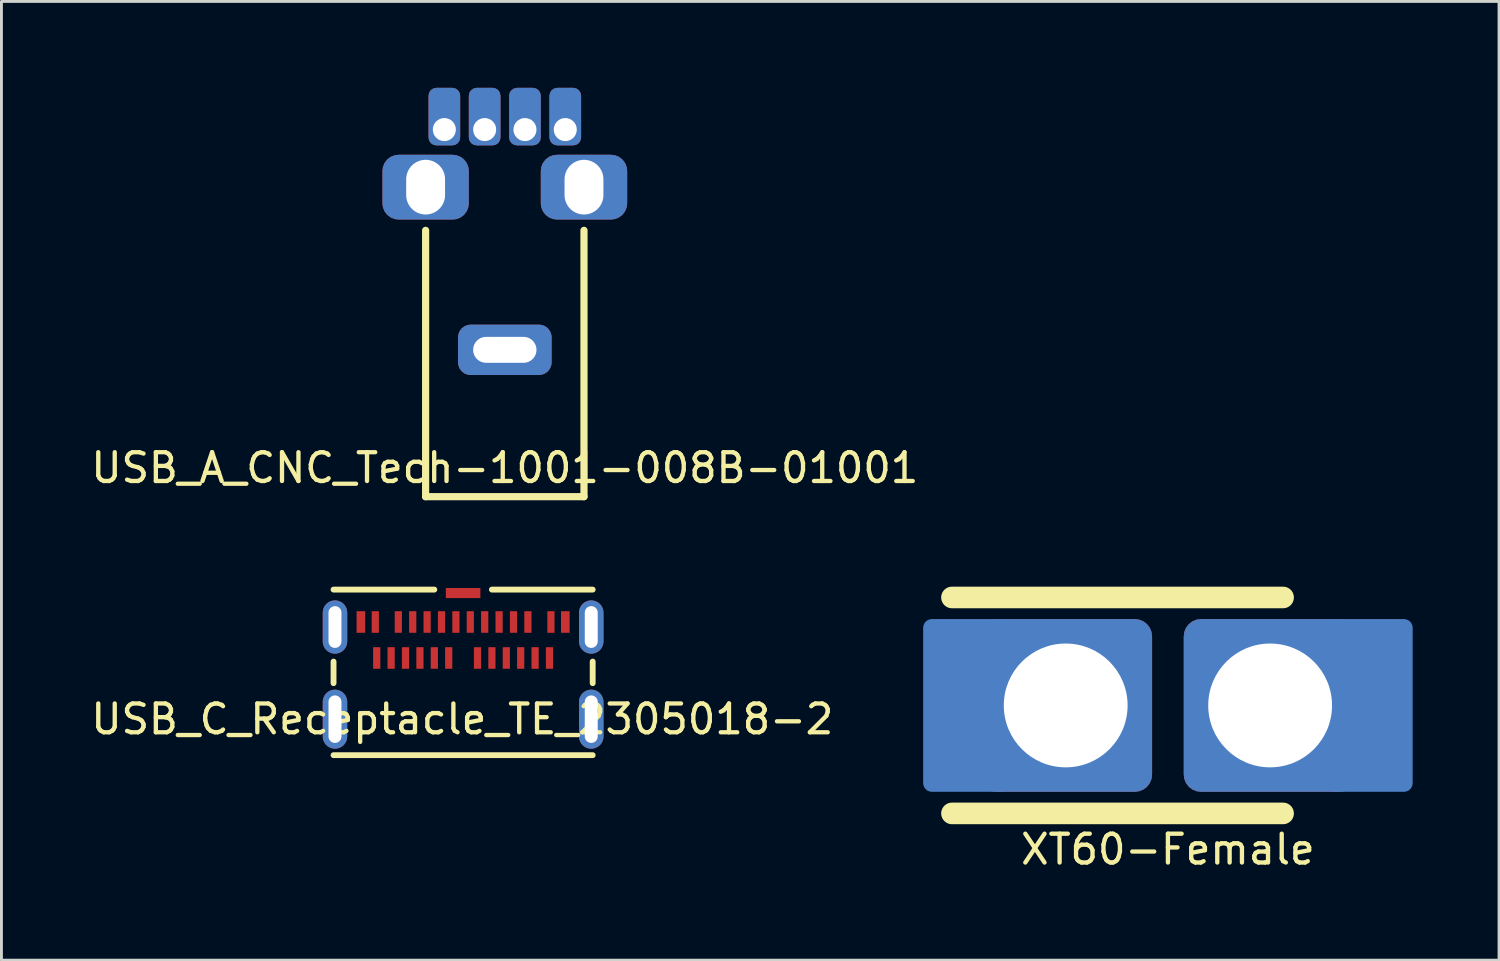
<source format=kicad_pcb>
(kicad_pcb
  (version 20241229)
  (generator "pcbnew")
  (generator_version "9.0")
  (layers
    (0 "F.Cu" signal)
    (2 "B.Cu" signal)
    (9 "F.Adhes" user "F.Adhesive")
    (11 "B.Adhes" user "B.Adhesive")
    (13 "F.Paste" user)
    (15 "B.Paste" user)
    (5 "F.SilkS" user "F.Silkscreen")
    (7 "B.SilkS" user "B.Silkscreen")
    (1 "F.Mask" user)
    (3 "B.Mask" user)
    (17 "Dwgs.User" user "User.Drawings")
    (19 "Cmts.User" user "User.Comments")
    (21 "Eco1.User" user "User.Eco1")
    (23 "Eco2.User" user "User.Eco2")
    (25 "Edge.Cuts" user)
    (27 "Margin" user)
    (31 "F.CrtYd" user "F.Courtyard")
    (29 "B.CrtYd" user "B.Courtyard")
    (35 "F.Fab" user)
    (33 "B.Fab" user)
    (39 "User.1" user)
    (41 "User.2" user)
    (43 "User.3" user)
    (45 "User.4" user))
  (footprint "XT60-Female"
    (layer "F.Cu")
    (at 37.512 21.45)
    (property "Reference" "XT60-Female" (at 0 5 0) (layer "F.SilkS") (effects (font (size 1 1) (thickness 0.15))))
    (attr through_hole)
    (fp_line (start -7.5 -3.75) (end 4 -3.75) (stroke (width 0.75) (type solid)) (layer "F.SilkS"))
    (fp_line (start -7.5 3.75) (end 4 3.75) (stroke (width 0.75) (type solid)) (layer "F.SilkS"))
    (pad "+" smd roundrect (at -7 0 180) (size 3 6) (layers "B.Cu" "B.Mask") (roundrect_rratio 0.1))
    (pad "+" thru_hole roundrect (at -3.55 0) (size 6 6) (drill 4.3) (layers "*.Cu" "*.Mask") (roundrect_rratio 0.1))
    (pad "-" thru_hole roundrect (at 3.55 0 180) (size 6 6) (drill 4.3) (layers "*.Cu" "*.Mask") (roundrect_rratio 0.1))
    (pad "-" smd roundrect (at 7 0 180) (size 3 6) (layers "B.Cu" "B.Mask") (roundrect_rratio 0.1)))
  (footprint "USB_C_Receptacle_TE_2305018-2"
    (layer "F.Cu")
    (at 13.034 21.927)
    (property "Reference" "USB_C_Receptacle_TE_2305018-2" (at -0.028 0 0) (layer "F.SilkS") (effects (font (size 1 1) (thickness 0.15))))
    (attr through_hole)
    (fp_line (start -4.5 -4.5) (end -1 -4.5) (stroke (width 0.203) (type solid)) (layer "F.SilkS"))
    (fp_line (start -4.5 -1.25) (end -4.5 -2) (stroke (width 0.203) (type solid)) (layer "F.SilkS"))
    (fp_line (start 1 -4.5) (end 4.5 -4.5) (stroke (width 0.203) (type solid)) (layer "F.SilkS"))
    (fp_line (start 4.5 -1.25) (end 4.5 -2) (stroke (width 0.203) (type solid)) (layer "F.SilkS"))
    (fp_line (start 4.5 1.25) (end -4.5 1.25) (stroke (width 0.203) (type solid)) (layer "F.SilkS"))
    (pad "A1" smd rect (at -3.05 -3.375) (size 0.25 0.75) (layers "F.Cu" "F.Mask" "F.Paste"))
    (pad "A2" smd rect (at -2.25 -3.375) (size 0.25 0.75) (layers "F.Cu" "F.Mask" "F.Paste"))
    (pad "A3" smd rect (at -1.75 -3.375) (size 0.25 0.75) (layers "F.Cu" "F.Mask" "F.Paste"))
    (pad "A4" smd rect (at -1.25 -3.375) (size 0.25 0.75) (layers "F.Cu" "F.Mask" "F.Paste"))
    (pad "A5" smd rect (at -0.75 -3.375) (size 0.25 0.75) (layers "F.Cu" "F.Mask" "F.Paste"))
    (pad "A6" smd rect (at -0.25 -3.375) (size 0.25 0.75) (layers "F.Cu" "F.Mask" "F.Paste"))
    (pad "A7" smd rect (at 0.25 -3.375) (size 0.25 0.75) (layers "F.Cu" "F.Mask" "F.Paste"))
    (pad "A8" smd rect (at 0.75 -3.375) (size 0.25 0.75) (layers "F.Cu" "F.Mask" "F.Paste"))
    (pad "A9" smd rect (at 1.25 -3.375) (size 0.25 0.75) (layers "F.Cu" "F.Mask" "F.Paste"))
    (pad "A10" smd rect (at 1.75 -3.375) (size 0.25 0.75) (layers "F.Cu" "F.Mask" "F.Paste"))
    (pad "A11" smd rect (at 2.25 -3.375) (size 0.25 0.75) (layers "F.Cu" "F.Mask" "F.Paste"))
    (pad "A12" smd rect (at 3.05 -3.375) (size 0.25 0.75) (layers "F.Cu" "F.Mask" "F.Paste"))
    (pad "B1" smd rect (at 3 -2.125) (size 0.25 0.75) (layers "F.Cu" "F.Mask" "F.Paste"))
    (pad "B2" smd rect (at 2.5 -2.125) (size 0.25 0.75) (layers "F.Cu" "F.Mask" "F.Paste"))
    (pad "B3" smd rect (at 2 -2.125) (size 0.25 0.75) (layers "F.Cu" "F.Mask" "F.Paste"))
    (pad "B4" smd rect (at 1.5 -2.125) (size 0.25 0.75) (layers "F.Cu" "F.Mask" "F.Paste"))
    (pad "B5" smd rect (at 1 -2.125) (size 0.25 0.75) (layers "F.Cu" "F.Mask" "F.Paste"))
    (pad "B6" smd rect (at 0.5 -2.125) (size 0.25 0.75) (layers "F.Cu" "F.Mask" "F.Paste"))
    (pad "B7" smd rect (at -0.5 -2.125) (size 0.25 0.75) (layers "F.Cu" "F.Mask" "F.Paste"))
    (pad "B8" smd rect (at -1 -2.125) (size 0.25 0.75) (layers "F.Cu" "F.Mask" "F.Paste"))
    (pad "B9" smd rect (at -1.5 -2.125) (size 0.25 0.75) (layers "F.Cu" "F.Mask" "F.Paste"))
    (pad "B10" smd rect (at -2 -2.125) (size 0.25 0.75) (layers "F.Cu" "F.Mask" "F.Paste"))
    (pad "B11" smd rect (at -2.5 -2.125) (size 0.25 0.75) (layers "F.Cu" "F.Mask" "F.Paste"))
    (pad "B12" smd rect (at -3 -2.125) (size 0.25 0.75) (layers "F.Cu" "F.Mask" "F.Paste"))
    (pad "S1" thru_hole oval (at -4.45 -3.2) (size 0.85 1.85) (drill oval 0.45 1.45) (layers "*.Cu" "*.Mask"))
    (pad "S1" thru_hole oval (at -4.45 0) (size 0.85 2.05) (drill oval 0.45 1.65) (layers "*.Cu" "*.Mask"))
    (pad "S1" smd rect (at -3.55 -3.375) (size 0.3 0.75) (layers "F.Cu" "F.Mask" "F.Paste"))
    (pad "S1" smd rect (at 0 -4.38) (size 1.2 0.35) (layers "F.Cu" "F.Mask" "F.Paste"))
    (pad "S1" smd rect (at 3.55 -3.375) (size 0.3 0.75) (layers "F.Cu" "F.Mask" "F.Paste"))
    (pad "S1" thru_hole oval (at 4.45 -3.2) (size 0.85 1.85) (drill oval 0.45 1.45) (layers "*.Cu" "*.Mask"))
    (pad "S1" thru_hole oval (at 4.45 0) (size 0.85 2.05) (drill oval 0.45 1.65) (layers "*.Cu" "*.Mask")))
  (footprint "USB_A_CNC_Tech-1001-008B-01001"
    (layer "F.Cu")
    (at 14.482 1.45)
    (property "Reference" "USB_A_CNC_Tech-1001-008B-01001" (at 0 11.75 0) (layer "F.SilkS") (effects (font (size 1 1) (thickness 0.15))))
    (attr through_hole)
    (fp_line (start -2.75 3.5) (end -2.75 12.75) (stroke (width 0.25) (type solid)) (layer "F.SilkS"))
    (fp_line (start -2.75 12.75) (end 2.75 12.75) (stroke (width 0.25) (type solid)) (layer "F.SilkS"))
    (fp_line (start 2.75 12.75) (end 2.75 3.5) (stroke (width 0.25) (type solid)) (layer "F.SilkS"))
    (pad "1" thru_hole roundrect (at 2.1 0) (size 1.1 2) (drill 0.8 (offset 0 -0.45)) (layers "*.Cu" "*.Mask") (roundrect_rratio 0.25))
    (pad "2" thru_hole roundrect (at 0.7 0) (size 1.1 2) (drill 0.8 (offset 0 -0.45)) (layers "*.Cu" "*.Mask") (roundrect_rratio 0.25))
    (pad "3" thru_hole roundrect (at -0.7 0) (size 1.1 2) (drill 0.8 (offset 0 -0.45)) (layers "*.Cu" "*.Mask") (roundrect_rratio 0.25))
    (pad "4" thru_hole roundrect (at -2.1 0) (size 1.1 2) (drill 0.8 (offset 0 -0.45)) (layers "*.Cu" "*.Mask") (roundrect_rratio 0.25))
    (pad "5" thru_hole roundrect (at -2.75 2) (size 3 2.25) (drill oval 1.35 1.9) (layers "*.Cu" "*.Mask") (roundrect_rratio 0.25))
    (pad "5" thru_hole roundrect (at 0 7.65) (size 3.25 1.75) (drill oval 2.2 0.9) (layers "*.Cu" "*.Mask") (roundrect_rratio 0.25))
    (pad "5" thru_hole roundrect (at 2.75 2) (size 3 2.25) (drill oval 1.35 1.9) (layers "*.Cu" "*.Mask") (roundrect_rratio 0.25)))
  (gr_rect
    (start -3 -3)
    (end 49.012 30.298)
    (stroke (width 0.1) (type default))
    (fill no)
    (layer "Edge.Cuts")))
</source>
